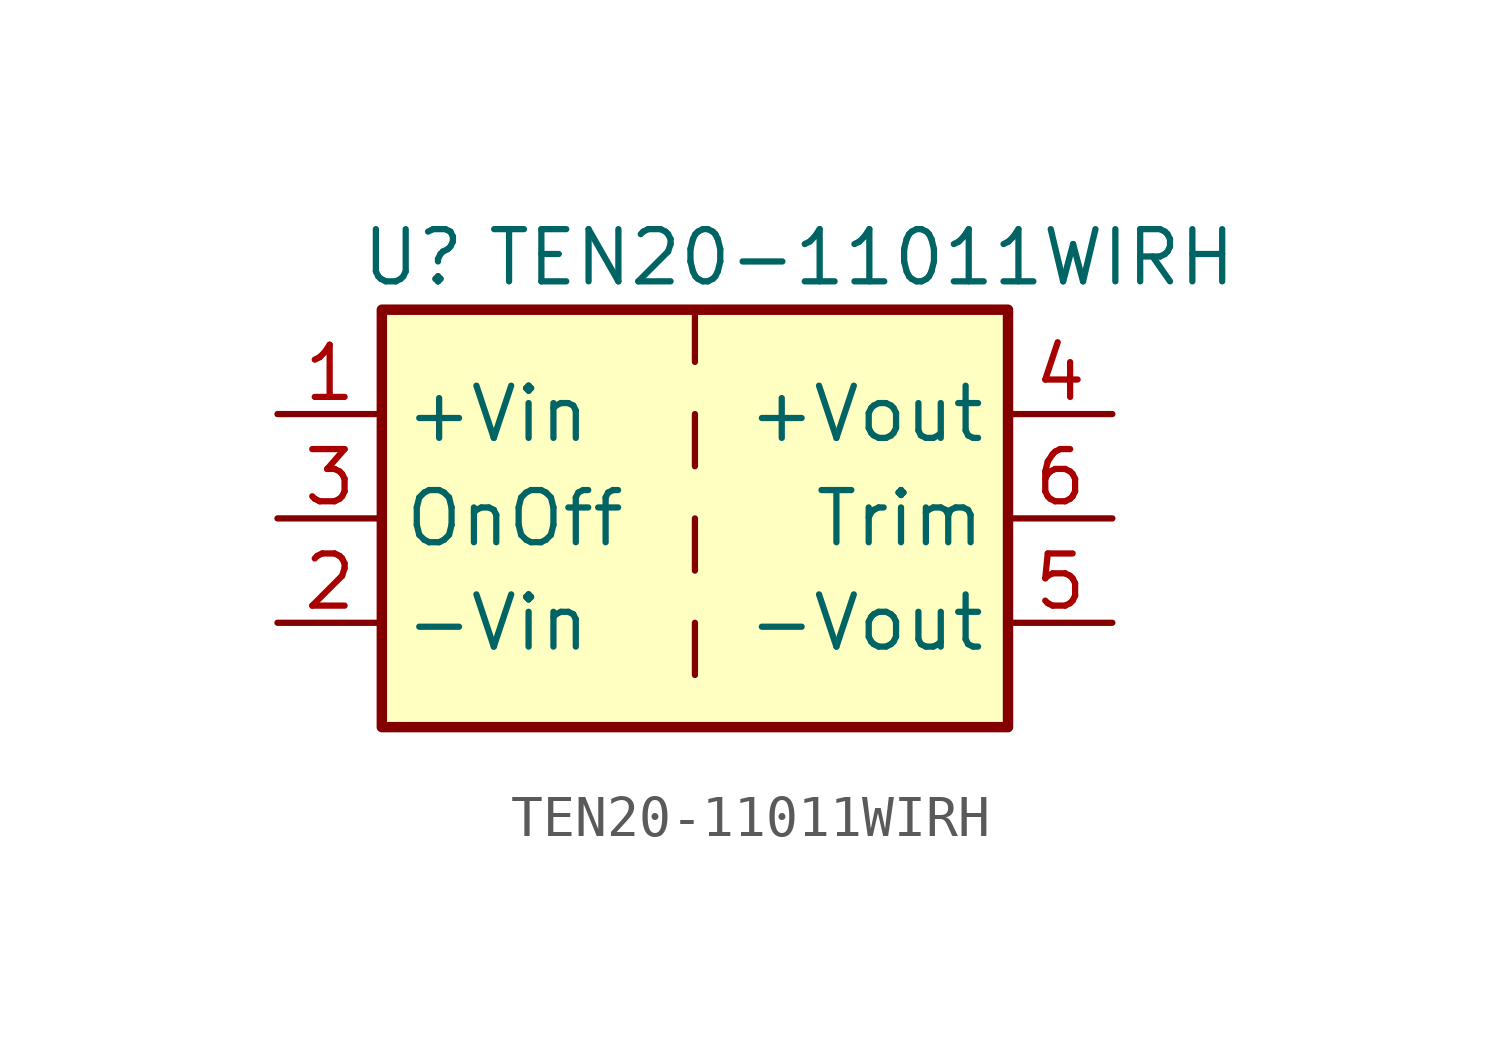
<source format=kicad_sym>
(kicad_symbol_lib
  (version 20241209)
  (generator "kicad_symbol_editor")
  (generator_version "9.0")
  (symbol "TEN20-11011WIRH"
    (property "Reference" "U"
      (at -6.858 6.35 0)
      (effects (font (size 1.27 1.27))))
    (property "Value" "TEN20-11011WIRH"
      (at 4.064 6.35 0)
      (effects (font (size 1.27 1.27))))
    (symbol "TEN20-11011WIRH_0_0"
      (pin input line (at -10.16 0 0) (length 2.54) (name "OnOff" (effects (font (size 1.27 1.27)))) (number "3" (effects (font (size 1.27 1.27))))))
    (symbol "TEN20-11011WIRH_0_1"
      (rectangle (start -7.62 5.08) (end 7.62 -5.08) (stroke (width 0.254) (type default)) (fill (type background)))
      (polyline (pts (xy 0 5.08) (xy 0 3.81)) (stroke (width 0) (type default)) (fill (type none)))
      (polyline (pts (xy 0 2.54) (xy 0 1.27)) (stroke (width 0) (type default)) (fill (type none)))
      (polyline (pts (xy 0 0) (xy 0 -1.27)) (stroke (width 0) (type default)) (fill (type none)))
      (polyline (pts (xy 0 -2.54) (xy 0 -3.81)) (stroke (width 0) (type default)) (fill (type none))))
    (symbol "TEN20-11011WIRH_1_0"
      (pin power_in line (at -10.16 2.54 0) (length 2.54) (name "+Vin" (effects (font (size 1.27 1.27)))) (number "1" (effects (font (size 1.27 1.27)))))
      (pin power_in line (at -10.16 -2.54 0) (length 2.54) (name "-Vin" (effects (font (size 1.27 1.27)))) (number "2" (effects (font (size 1.27 1.27)))))
      (pin power_out line (at 10.16 2.54 180) (length 2.54) (name "+Vout" (effects (font (size 1.27 1.27)))) (number "4" (effects (font (size 1.27 1.27)))))
      (pin input line (at 10.16 0 180) (length 2.54) (name "Trim" (effects (font (size 1.27 1.27)))) (number "6" (effects (font (size 1.27 1.27)))))
      (pin power_out line (at 10.16 -2.54 180) (length 2.54) (name "-Vout" (effects (font (size 1.27 1.27)))) (number "5" (effects (font (size 1.27 1.27))))))))
</source>
